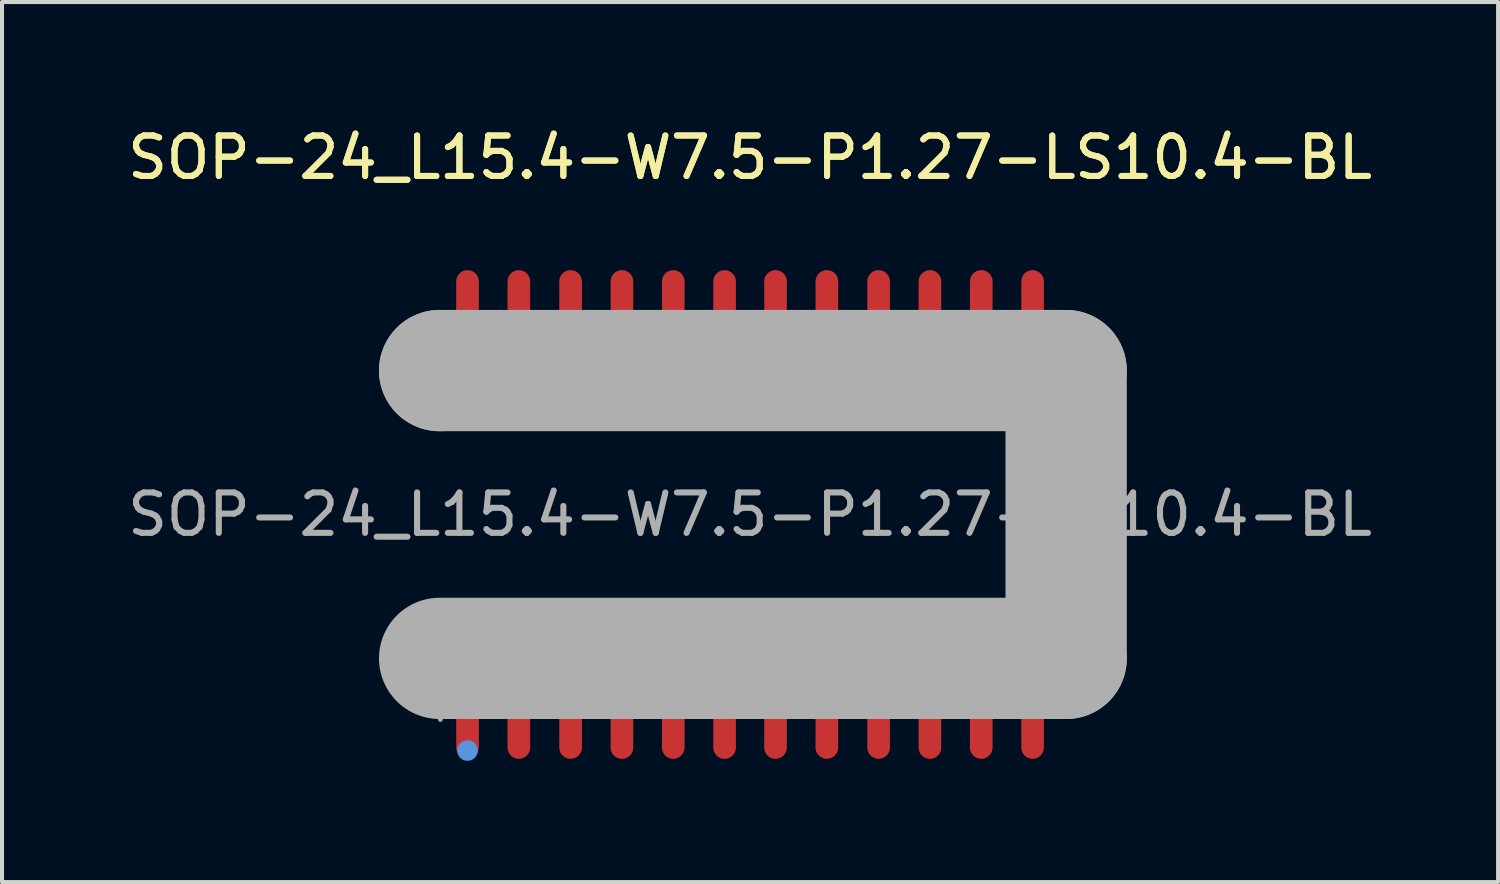
<source format=kicad_pcb>
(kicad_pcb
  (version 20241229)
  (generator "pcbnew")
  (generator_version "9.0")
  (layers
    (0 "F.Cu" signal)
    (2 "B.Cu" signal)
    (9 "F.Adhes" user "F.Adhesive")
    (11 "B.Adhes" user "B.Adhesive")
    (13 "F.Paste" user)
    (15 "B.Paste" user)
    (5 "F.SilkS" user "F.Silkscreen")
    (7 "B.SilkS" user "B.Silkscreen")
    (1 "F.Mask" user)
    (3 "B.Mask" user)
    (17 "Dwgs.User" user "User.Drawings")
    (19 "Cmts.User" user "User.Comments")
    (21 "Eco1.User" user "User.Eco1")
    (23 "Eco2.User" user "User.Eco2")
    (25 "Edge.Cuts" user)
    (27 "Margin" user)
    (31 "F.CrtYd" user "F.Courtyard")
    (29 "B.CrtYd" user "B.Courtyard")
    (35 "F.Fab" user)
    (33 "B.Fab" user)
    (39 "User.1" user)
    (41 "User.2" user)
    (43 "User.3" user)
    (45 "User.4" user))
  (footprint "SOP-24_L15.4-W7.5-P1.27-LS10.4-BL"
    (layer "F.Cu")
    (at 15.506 9.678)
    (property "Reference" "SOP-24_L15.4-W7.5-P1.27-LS10.4-BL" (at 0 -8.83 0) (layer "F.SilkS") (effects (font (size 1 1) (thickness 0.15))))
    (attr smd)
    (fp_circle (center -6.99 2.92) (end -6.86 2.92) (stroke (width 0.25) (type solid)) (fill no) (layer "F.SilkS"))
    (fp_circle (center -6.99 5.84) (end -6.86 5.84) (stroke (width 0.25) (type solid)) (fill no) (layer "Cmts.User"))
    (fp_line (start -7.68 -3.56) (end -7.68 -3.56) (stroke (width 3) (type solid)) (layer "F.Fab"))
    (fp_line (start -7.68 -3.56) (end 7.82 -3.56) (stroke (width 3) (type solid)) (layer "F.Fab"))
    (fp_line (start 7.82 -3.56) (end 7.82 3.56) (stroke (width 3) (type solid)) (layer "F.Fab"))
    (fp_line (start 7.82 3.56) (end -7.68 3.56) (stroke (width 3) (type solid)) (layer "F.Fab"))
    (fp_circle (center -7.66 5.07) (end -7.63 5.07) (stroke (width 0.06) (type solid)) (fill no) (layer "F.Fab"))
    (fp_text user "${REFERENCE}" (at 0 -8.83 0) (layer "F.SilkS") (effects (font (size 1 1) (thickness 0.15))))
    (fp_text user "${REFERENCE}" (at 0 0 0) (layer "F.Fab") (effects (font (size 1 1) (thickness 0.15))))
    (pad "1" smd oval (at -6.99 4.83) (size 0.56 2.43) (layers "F.Cu" "F.Mask" "F.Paste"))
    (pad "2" smd oval (at -5.72 4.83) (size 0.56 2.43) (layers "F.Cu" "F.Mask" "F.Paste"))
    (pad "3" smd oval (at -4.44 4.83) (size 0.56 2.43) (layers "F.Cu" "F.Mask" "F.Paste"))
    (pad "4" smd oval (at -3.17 4.83) (size 0.56 2.43) (layers "F.Cu" "F.Mask" "F.Paste"))
    (pad "5" smd oval (at -1.9 4.83) (size 0.56 2.43) (layers "F.Cu" "F.Mask" "F.Paste"))
    (pad "6" smd oval (at -0.63 4.83) (size 0.56 2.43) (layers "F.Cu" "F.Mask" "F.Paste"))
    (pad "7" smd oval (at 0.63 4.83) (size 0.56 2.43) (layers "F.Cu" "F.Mask" "F.Paste"))
    (pad "8" smd oval (at 1.9 4.83) (size 0.56 2.43) (layers "F.Cu" "F.Mask" "F.Paste"))
    (pad "9" smd oval (at 3.18 4.83) (size 0.56 2.43) (layers "F.Cu" "F.Mask" "F.Paste"))
    (pad "10" smd oval (at 4.45 4.83) (size 0.56 2.43) (layers "F.Cu" "F.Mask" "F.Paste"))
    (pad "11" smd oval (at 5.72 4.83) (size 0.56 2.43) (layers "F.Cu" "F.Mask" "F.Paste"))
    (pad "12" smd oval (at 6.99 4.83) (size 0.56 2.43) (layers "F.Cu" "F.Mask" "F.Paste"))
    (pad "13" smd oval (at 6.99 -4.83) (size 0.56 2.43) (layers "F.Cu" "F.Mask" "F.Paste"))
    (pad "14" smd oval (at 5.72 -4.83) (size 0.56 2.43) (layers "F.Cu" "F.Mask" "F.Paste"))
    (pad "15" smd oval (at 4.45 -4.83) (size 0.56 2.43) (layers "F.Cu" "F.Mask" "F.Paste"))
    (pad "16" smd oval (at 3.18 -4.83) (size 0.56 2.43) (layers "F.Cu" "F.Mask" "F.Paste"))
    (pad "17" smd oval (at 1.9 -4.83) (size 0.56 2.43) (layers "F.Cu" "F.Mask" "F.Paste"))
    (pad "18" smd oval (at 0.63 -4.83) (size 0.56 2.43) (layers "F.Cu" "F.Mask" "F.Paste"))
    (pad "19" smd oval (at -0.63 -4.83) (size 0.56 2.43) (layers "F.Cu" "F.Mask" "F.Paste"))
    (pad "20" smd oval (at -1.9 -4.83) (size 0.56 2.43) (layers "F.Cu" "F.Mask" "F.Paste"))
    (pad "21" smd oval (at -3.17 -4.83) (size 0.56 2.43) (layers "F.Cu" "F.Mask" "F.Paste"))
    (pad "22" smd oval (at -4.44 -4.83) (size 0.56 2.43) (layers "F.Cu" "F.Mask" "F.Paste"))
    (pad "23" smd oval (at -5.72 -4.83) (size 0.56 2.43) (layers "F.Cu" "F.Mask" "F.Paste"))
    (pad "24" smd oval (at -6.99 -4.83) (size 0.56 2.43) (layers "F.Cu" "F.Mask" "F.Paste")))
  (gr_rect
    (start -3 -3)
    (end 34.012 18.773)
    (stroke (width 0.1) (type default))
    (fill no)
    (layer "Edge.Cuts")))
</source>
